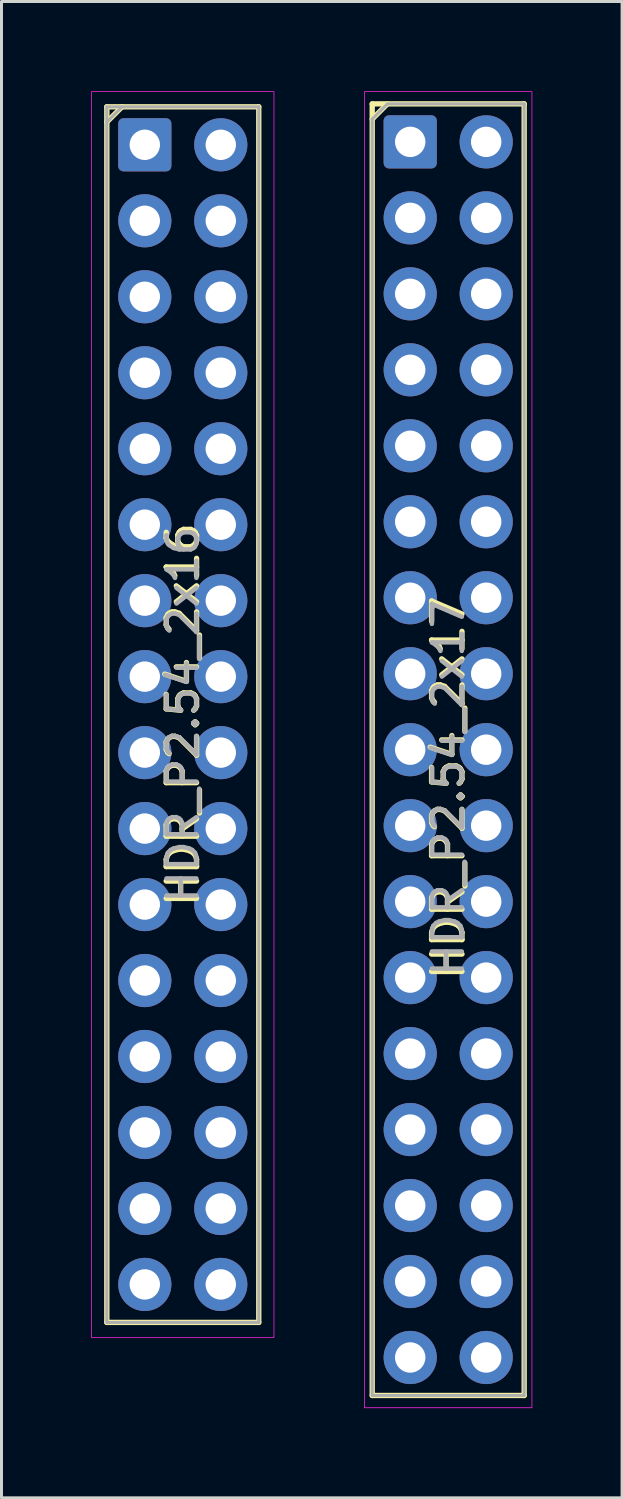
<source format=kicad_pcb>
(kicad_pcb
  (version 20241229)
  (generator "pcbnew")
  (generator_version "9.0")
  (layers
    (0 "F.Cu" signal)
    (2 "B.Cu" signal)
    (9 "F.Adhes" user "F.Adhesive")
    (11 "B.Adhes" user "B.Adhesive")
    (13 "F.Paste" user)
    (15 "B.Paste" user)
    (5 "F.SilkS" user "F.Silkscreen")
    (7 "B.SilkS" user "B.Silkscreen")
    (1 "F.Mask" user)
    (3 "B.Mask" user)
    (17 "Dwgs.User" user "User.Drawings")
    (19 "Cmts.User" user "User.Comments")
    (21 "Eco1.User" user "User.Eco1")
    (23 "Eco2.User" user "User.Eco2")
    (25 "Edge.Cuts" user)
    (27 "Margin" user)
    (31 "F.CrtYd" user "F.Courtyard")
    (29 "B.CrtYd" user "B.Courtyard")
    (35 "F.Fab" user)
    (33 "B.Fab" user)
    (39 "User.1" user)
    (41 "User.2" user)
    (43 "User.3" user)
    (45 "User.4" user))
  (footprint "HDR_P2.54_2x16"
    (layer "F.Cu")
    (at 3.061 20.841)
    (property "Reference" "HDR_P2.54_2x16" (at 0 0 90) (layer "F.SilkS") (effects (font (size 1.016 1.016) (thickness 0.178))))
    (attr through_hole)
    (fp_line (start -2.54 -20.32) (end -2.54 20.32) (stroke (width 0.178) (type solid)) (layer "F.SilkS"))
    (fp_line (start -2.54 -20.32) (end 2.54 -20.32) (stroke (width 0.178) (type solid)) (layer "F.SilkS"))
    (fp_line (start -2.54 -19.812) (end -2.032 -20.32) (stroke (width 0.178) (type solid)) (layer "F.SilkS"))
    (fp_line (start -2.54 20.32) (end 2.54 20.32) (stroke (width 0.178) (type solid)) (layer "F.SilkS"))
    (fp_line (start 2.54 -20.32) (end 2.54 20.32) (stroke (width 0.178) (type solid)) (layer "F.SilkS"))
    (fp_rect (start -3.048 -20.828) (end 3.048 20.828) (stroke (width 0.025) (type solid)) (fill no) (layer "F.CrtYd"))
    (fp_line (start -2.54 -20.32) (end 2.54 -20.32) (stroke (width 0.1) (type solid)) (layer "F.Fab"))
    (fp_line (start -2.54 -19.812) (end -2.032 -20.32) (stroke (width 0.1) (type solid)) (layer "F.Fab"))
    (fp_line (start -2.54 20.32) (end -2.54 -20.32) (stroke (width 0.1) (type solid)) (layer "F.Fab"))
    (fp_line (start 2.54 -20.32) (end 2.54 20.32) (stroke (width 0.1) (type solid)) (layer "F.Fab"))
    (fp_line (start 2.54 20.32) (end -2.54 20.32) (stroke (width 0.1) (type solid)) (layer "F.Fab"))
    (fp_text user "${REFERENCE}" (at 0 0 90) (layer "F.Fab") (effects (font (size 1 1) (thickness 0.15))))
    (pad "1" thru_hole roundrect (at -1.27 -19.05) (size 1.778 1.778) (drill 1.016) (layers "*.Cu" "*.Mask") (roundrect_rratio 0.1))
    (pad "2" thru_hole oval (at 1.27 -19.05) (size 1.778 1.778) (drill 1.016) (layers "*.Cu" "*.Mask"))
    (pad "3" thru_hole oval (at -1.27 -16.51) (size 1.778 1.778) (drill 1.016) (layers "*.Cu" "*.Mask"))
    (pad "4" thru_hole oval (at 1.27 -16.51) (size 1.778 1.778) (drill 1.016) (layers "*.Cu" "*.Mask"))
    (pad "5" thru_hole oval (at -1.27 -13.97) (size 1.778 1.778) (drill 1.016) (layers "*.Cu" "*.Mask"))
    (pad "6" thru_hole oval (at 1.27 -13.97) (size 1.778 1.778) (drill 1.016) (layers "*.Cu" "*.Mask"))
    (pad "7" thru_hole oval (at -1.27 -11.43) (size 1.778 1.778) (drill 1.016) (layers "*.Cu" "*.Mask"))
    (pad "8" thru_hole oval (at 1.27 -11.43) (size 1.778 1.778) (drill 1.016) (layers "*.Cu" "*.Mask"))
    (pad "9" thru_hole oval (at -1.27 -8.89) (size 1.778 1.778) (drill 1.016) (layers "*.Cu" "*.Mask"))
    (pad "10" thru_hole oval (at 1.27 -8.89) (size 1.778 1.778) (drill 1.016) (layers "*.Cu" "*.Mask"))
    (pad "11" thru_hole oval (at -1.27 -6.35) (size 1.778 1.778) (drill 1.016) (layers "*.Cu" "*.Mask"))
    (pad "12" thru_hole oval (at 1.27 -6.35) (size 1.778 1.778) (drill 1.016) (layers "*.Cu" "*.Mask"))
    (pad "13" thru_hole oval (at -1.27 -3.81) (size 1.778 1.778) (drill 1.016) (layers "*.Cu" "*.Mask"))
    (pad "14" thru_hole oval (at 1.27 -3.81) (size 1.778 1.778) (drill 1.016) (layers "*.Cu" "*.Mask"))
    (pad "15" thru_hole oval (at -1.27 -1.27) (size 1.778 1.778) (drill 1.016) (layers "*.Cu" "*.Mask"))
    (pad "16" thru_hole oval (at 1.27 -1.27) (size 1.778 1.778) (drill 1.016) (layers "*.Cu" "*.Mask"))
    (pad "17" thru_hole oval (at -1.27 1.27) (size 1.778 1.778) (drill 1.016) (layers "*.Cu" "*.Mask"))
    (pad "18" thru_hole oval (at 1.27 1.27) (size 1.778 1.778) (drill 1.016) (layers "*.Cu" "*.Mask"))
    (pad "19" thru_hole oval (at -1.27 3.81) (size 1.778 1.778) (drill 1.016) (layers "*.Cu" "*.Mask"))
    (pad "20" thru_hole oval (at 1.27 3.81) (size 1.778 1.778) (drill 1.016) (layers "*.Cu" "*.Mask"))
    (pad "21" thru_hole oval (at -1.27 6.35) (size 1.778 1.778) (drill 1.016) (layers "*.Cu" "*.Mask"))
    (pad "22" thru_hole oval (at 1.27 6.35) (size 1.778 1.778) (drill 1.016) (layers "*.Cu" "*.Mask"))
    (pad "23" thru_hole oval (at -1.27 8.89) (size 1.778 1.778) (drill 1.016) (layers "*.Cu" "*.Mask"))
    (pad "24" thru_hole oval (at 1.27 8.89) (size 1.778 1.778) (drill 1.016) (layers "*.Cu" "*.Mask"))
    (pad "25" thru_hole oval (at -1.27 11.43) (size 1.778 1.778) (drill 1.016) (layers "*.Cu" "*.Mask"))
    (pad "26" thru_hole oval (at 1.27 11.43) (size 1.778 1.778) (drill 1.016) (layers "*.Cu" "*.Mask"))
    (pad "27" thru_hole oval (at -1.27 13.97) (size 1.778 1.778) (drill 1.016) (layers "*.Cu" "*.Mask"))
    (pad "28" thru_hole oval (at 1.27 13.97) (size 1.778 1.778) (drill 1.016) (layers "*.Cu" "*.Mask"))
    (pad "29" thru_hole oval (at -1.27 16.51) (size 1.778 1.778) (drill 1.016) (layers "*.Cu" "*.Mask"))
    (pad "30" thru_hole oval (at 1.27 16.51) (size 1.778 1.778) (drill 1.016) (layers "*.Cu" "*.Mask"))
    (pad "31" thru_hole oval (at -1.27 19.05) (size 1.778 1.778) (drill 1.016) (layers "*.Cu" "*.Mask"))
    (pad "32" thru_hole oval (at 1.27 19.05) (size 1.778 1.778) (drill 1.016) (layers "*.Cu" "*.Mask")))
  (footprint "HDR_P2.54_2x17"
    (layer "F.Cu")
    (at 11.934 22.013)
    (property "Reference" "HDR_P2.54_2x17" (at 0 1.27 90) (layer "F.SilkS") (effects (font (size 1.016 1.016) (thickness 0.178))))
    (attr through_hole)
    (fp_line (start -2.54 -21.59) (end -2.54 21.59) (stroke (width 0.178) (type solid)) (layer "F.SilkS"))
    (fp_line (start -2.54 -21.59) (end 2.54 -21.59) (stroke (width 0.178) (type solid)) (layer "F.SilkS"))
    (fp_line (start -2.54 -21.082) (end -2.032 -21.59) (stroke (width 0.178) (type solid)) (layer "F.SilkS"))
    (fp_line (start -2.54 21.59) (end 2.54 21.59) (stroke (width 0.178) (type solid)) (layer "F.SilkS"))
    (fp_line (start 2.54 -21.59) (end 2.54 21.59) (stroke (width 0.178) (type solid)) (layer "F.SilkS"))
    (fp_rect (start -2.8 -22) (end 2.8 22) (stroke (width 0.025) (type solid)) (fill no) (layer "F.CrtYd"))
    (fp_line (start -2.54 -21.082) (end -2.032 -21.59) (stroke (width 0.1) (type solid)) (layer "F.Fab"))
    (fp_line (start -2.54 21.59) (end -2.54 -21.082) (stroke (width 0.1) (type solid)) (layer "F.Fab"))
    (fp_line (start -2.032 -21.59) (end 2.54 -21.59) (stroke (width 0.1) (type solid)) (layer "F.Fab"))
    (fp_line (start 2.54 -21.59) (end 2.54 21.59) (stroke (width 0.1) (type solid)) (layer "F.Fab"))
    (fp_line (start 2.54 21.59) (end -2.54 21.59) (stroke (width 0.1) (type solid)) (layer "F.Fab"))
    (fp_text user "${REFERENCE}" (at 0 1.27 90) (layer "F.Fab") (effects (font (size 1 1) (thickness 0.15))))
    (pad "1" thru_hole roundrect (at -1.27 -20.32) (size 1.778 1.778) (drill 1.016) (layers "*.Cu" "*.Mask") (roundrect_rratio 0.1))
    (pad "2" thru_hole oval (at 1.27 -20.32) (size 1.778 1.778) (drill 1.016) (layers "*.Cu" "*.Mask"))
    (pad "3" thru_hole oval (at -1.27 -17.78) (size 1.778 1.778) (drill 1.016) (layers "*.Cu" "*.Mask"))
    (pad "4" thru_hole oval (at 1.27 -17.78) (size 1.778 1.778) (drill 1.016) (layers "*.Cu" "*.Mask"))
    (pad "5" thru_hole oval (at -1.27 -15.24) (size 1.778 1.778) (drill 1.016) (layers "*.Cu" "*.Mask"))
    (pad "6" thru_hole oval (at 1.27 -15.24) (size 1.778 1.778) (drill 1.016) (layers "*.Cu" "*.Mask"))
    (pad "7" thru_hole oval (at -1.27 -12.7) (size 1.778 1.778) (drill 1.016) (layers "*.Cu" "*.Mask"))
    (pad "8" thru_hole oval (at 1.27 -12.7) (size 1.778 1.778) (drill 1.016) (layers "*.Cu" "*.Mask"))
    (pad "9" thru_hole oval (at -1.27 -10.16) (size 1.778 1.778) (drill 1.016) (layers "*.Cu" "*.Mask"))
    (pad "10" thru_hole oval (at 1.27 -10.16) (size 1.778 1.778) (drill 1.016) (layers "*.Cu" "*.Mask"))
    (pad "11" thru_hole oval (at -1.27 -7.62) (size 1.778 1.778) (drill 1.016) (layers "*.Cu" "*.Mask"))
    (pad "12" thru_hole oval (at 1.27 -7.62) (size 1.778 1.778) (drill 1.016) (layers "*.Cu" "*.Mask"))
    (pad "13" thru_hole oval (at -1.27 -5.08) (size 1.778 1.778) (drill 1.016) (layers "*.Cu" "*.Mask"))
    (pad "14" thru_hole oval (at 1.27 -5.08) (size 1.778 1.778) (drill 1.016) (layers "*.Cu" "*.Mask"))
    (pad "15" thru_hole oval (at -1.27 -2.54) (size 1.778 1.778) (drill 1.016) (layers "*.Cu" "*.Mask"))
    (pad "16" thru_hole oval (at 1.27 -2.54) (size 1.778 1.778) (drill 1.016) (layers "*.Cu" "*.Mask"))
    (pad "17" thru_hole oval (at -1.27 0) (size 1.778 1.778) (drill 1.016) (layers "*.Cu" "*.Mask"))
    (pad "18" thru_hole oval (at 1.27 0) (size 1.778 1.778) (drill 1.016) (layers "*.Cu" "*.Mask"))
    (pad "19" thru_hole oval (at -1.27 2.54) (size 1.778 1.778) (drill 1.016) (layers "*.Cu" "*.Mask"))
    (pad "20" thru_hole oval (at 1.27 2.54) (size 1.778 1.778) (drill 1.016) (layers "*.Cu" "*.Mask"))
    (pad "21" thru_hole oval (at -1.27 5.08) (size 1.778 1.778) (drill 1.016) (layers "*.Cu" "*.Mask"))
    (pad "22" thru_hole oval (at 1.27 5.08) (size 1.778 1.778) (drill 1.016) (layers "*.Cu" "*.Mask"))
    (pad "23" thru_hole oval (at -1.27 7.62) (size 1.778 1.778) (drill 1.016) (layers "*.Cu" "*.Mask"))
    (pad "24" thru_hole oval (at 1.27 7.62) (size 1.778 1.778) (drill 1.016) (layers "*.Cu" "*.Mask"))
    (pad "25" thru_hole oval (at -1.27 10.16) (size 1.778 1.778) (drill 1.016) (layers "*.Cu" "*.Mask"))
    (pad "26" thru_hole oval (at 1.27 10.16) (size 1.778 1.778) (drill 1.016) (layers "*.Cu" "*.Mask"))
    (pad "27" thru_hole oval (at -1.27 12.7) (size 1.778 1.778) (drill 1.016) (layers "*.Cu" "*.Mask"))
    (pad "28" thru_hole oval (at 1.27 12.7) (size 1.778 1.778) (drill 1.016) (layers "*.Cu" "*.Mask"))
    (pad "29" thru_hole oval (at -1.27 15.24) (size 1.778 1.778) (drill 1.016) (layers "*.Cu" "*.Mask"))
    (pad "30" thru_hole oval (at 1.27 15.24) (size 1.778 1.778) (drill 1.016) (layers "*.Cu" "*.Mask"))
    (pad "31" thru_hole oval (at -1.27 17.78) (size 1.778 1.778) (drill 1.016) (layers "*.Cu" "*.Mask"))
    (pad "32" thru_hole oval (at 1.27 17.78) (size 1.778 1.778) (drill 1.016) (layers "*.Cu" "*.Mask"))
    (pad "33" thru_hole oval (at -1.27 20.32) (size 1.778 1.778) (drill 1.016) (layers "*.Cu" "*.Mask"))
    (pad "34" thru_hole oval (at 1.27 20.32) (size 1.778 1.778) (drill 1.016) (layers "*.Cu" "*.Mask")))
  (gr_rect
    (start -3 -3)
    (end 17.747 47.025)
    (stroke (width 0.1) (type default))
    (fill no)
    (layer "Edge.Cuts")))
</source>
